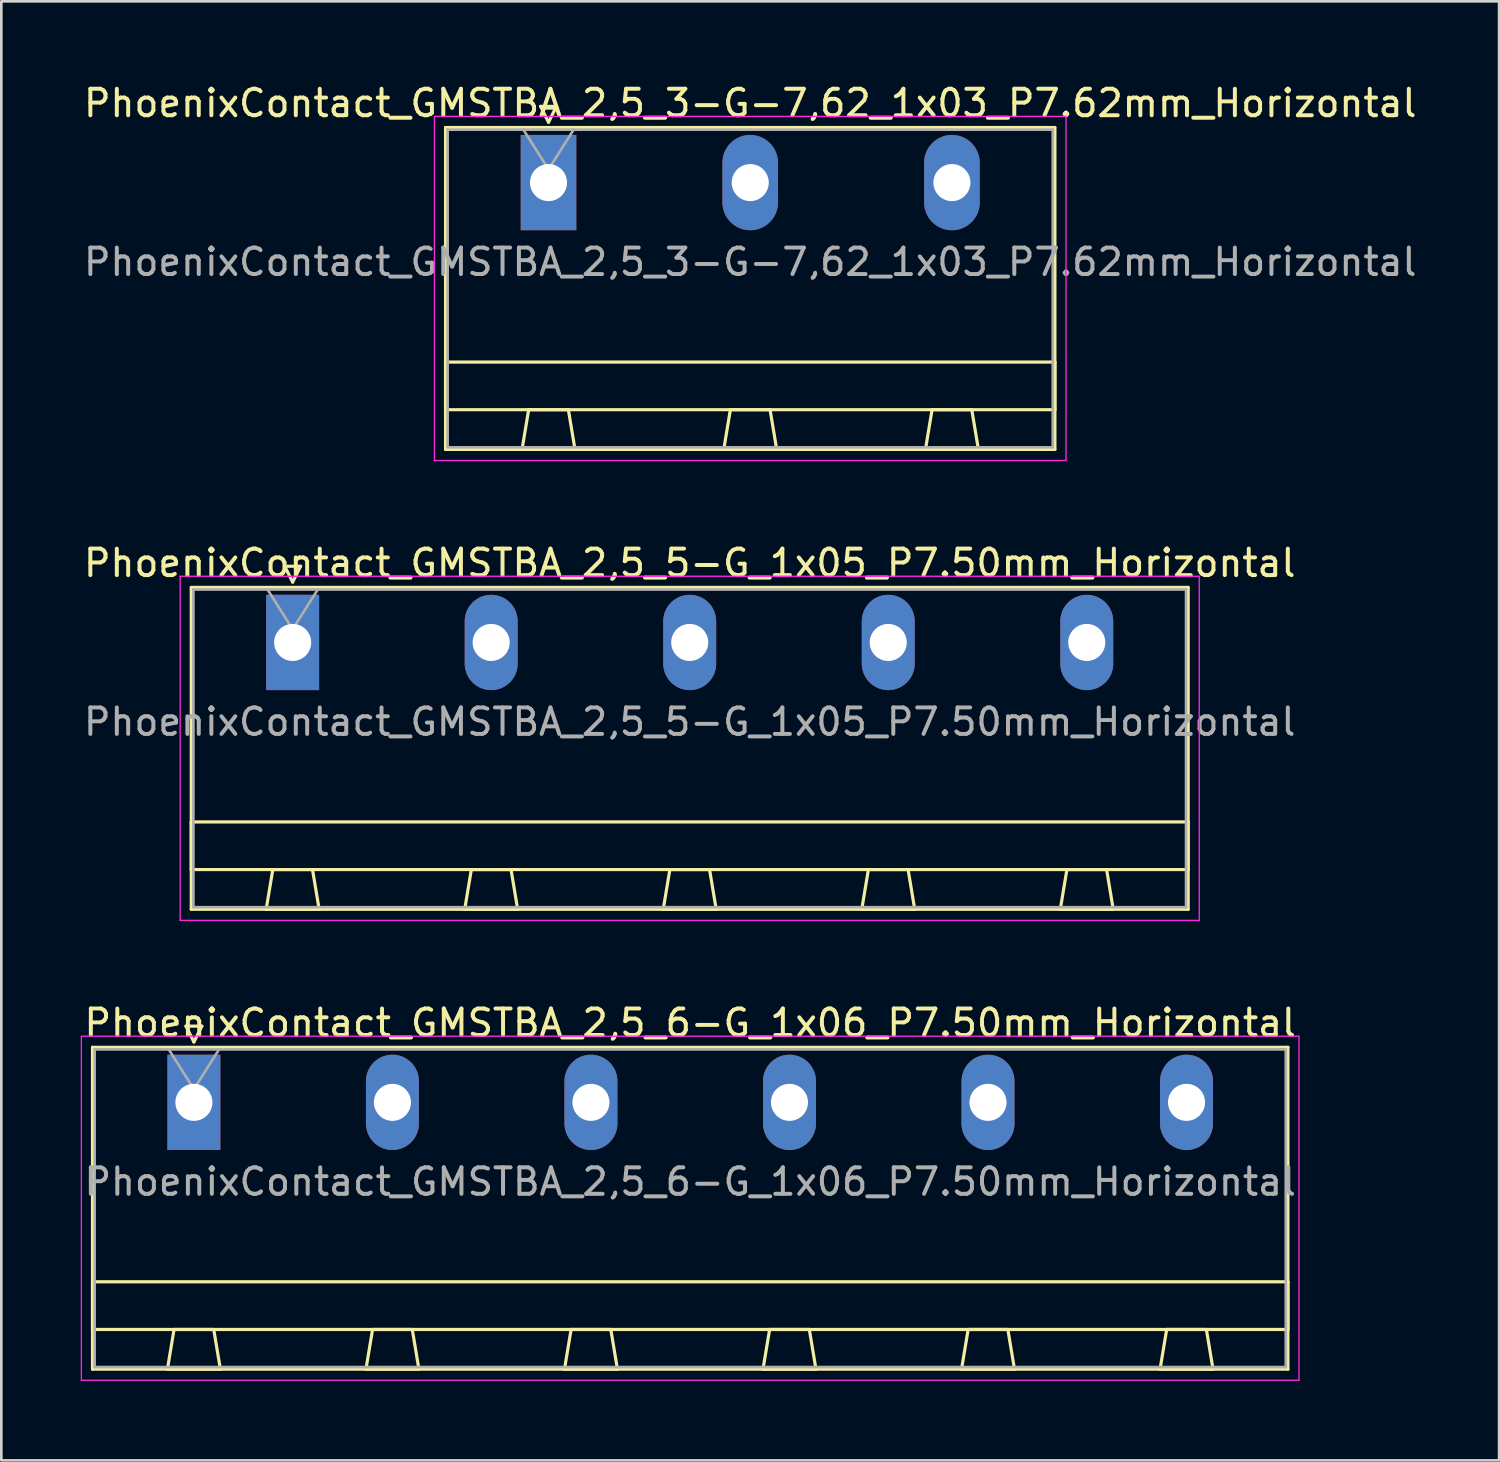
<source format=kicad_pcb>
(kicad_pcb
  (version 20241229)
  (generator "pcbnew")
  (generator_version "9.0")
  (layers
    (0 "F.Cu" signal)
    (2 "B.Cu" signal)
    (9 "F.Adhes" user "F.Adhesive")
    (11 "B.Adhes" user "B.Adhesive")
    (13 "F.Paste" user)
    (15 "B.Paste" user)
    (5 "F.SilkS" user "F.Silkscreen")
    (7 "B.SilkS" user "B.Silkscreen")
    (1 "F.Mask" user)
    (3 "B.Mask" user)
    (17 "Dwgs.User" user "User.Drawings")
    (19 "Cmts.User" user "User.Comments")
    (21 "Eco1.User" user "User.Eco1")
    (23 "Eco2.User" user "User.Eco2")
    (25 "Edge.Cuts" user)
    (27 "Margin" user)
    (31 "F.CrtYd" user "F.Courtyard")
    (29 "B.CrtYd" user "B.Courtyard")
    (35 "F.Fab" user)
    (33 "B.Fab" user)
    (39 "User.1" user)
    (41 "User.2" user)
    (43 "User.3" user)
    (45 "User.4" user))
  (footprint "PhoenixContact_GMSTBA_2,5_6-G_1x06_P7.50mm_Horizontal"
    (layer "F.Cu")
    (at 4.275 38.595)
    (property "Reference" "PhoenixContact_GMSTBA_2,5_6-G_1x06_P7.50mm_Horizontal" (at 18.75 -3 0) (layer "F.SilkS") (effects (font (size 1 1) (thickness 0.15))))
    (attr through_hole)
    (fp_line (start -3.83 -2.08) (end -3.83 10.08) (stroke (width 0.12) (type solid)) (layer "F.SilkS"))
    (fp_line (start -3.83 6.78) (end 41.33 6.78) (stroke (width 0.12) (type solid)) (layer "F.SilkS"))
    (fp_line (start -3.83 8.58) (end -3.83 6.78) (stroke (width 0.12) (type solid)) (layer "F.SilkS"))
    (fp_line (start -3.83 10.08) (end 41.33 10.08) (stroke (width 0.12) (type solid)) (layer "F.SilkS"))
    (fp_line (start -1 10.08) (end 1 10.08) (stroke (width 0.12) (type solid)) (layer "F.SilkS"))
    (fp_line (start -0.75 8.58) (end -1 10.08) (stroke (width 0.12) (type solid)) (layer "F.SilkS"))
    (fp_line (start -0.3 -2.88) (end 0.3 -2.88) (stroke (width 0.12) (type solid)) (layer "F.SilkS"))
    (fp_line (start 0 -2.28) (end -0.3 -2.88) (stroke (width 0.12) (type solid)) (layer "F.SilkS"))
    (fp_line (start 0.3 -2.88) (end 0 -2.28) (stroke (width 0.12) (type solid)) (layer "F.SilkS"))
    (fp_line (start 0.75 8.58) (end -0.75 8.58) (stroke (width 0.12) (type solid)) (layer "F.SilkS"))
    (fp_line (start 1 10.08) (end 0.75 8.58) (stroke (width 0.12) (type solid)) (layer "F.SilkS"))
    (fp_line (start 6.5 10.08) (end 8.5 10.08) (stroke (width 0.12) (type solid)) (layer "F.SilkS"))
    (fp_line (start 6.75 8.58) (end 6.5 10.08) (stroke (width 0.12) (type solid)) (layer "F.SilkS"))
    (fp_line (start 8.25 8.58) (end 6.75 8.58) (stroke (width 0.12) (type solid)) (layer "F.SilkS"))
    (fp_line (start 8.5 10.08) (end 8.25 8.58) (stroke (width 0.12) (type solid)) (layer "F.SilkS"))
    (fp_line (start 14 10.08) (end 16 10.08) (stroke (width 0.12) (type solid)) (layer "F.SilkS"))
    (fp_line (start 14.25 8.58) (end 14 10.08) (stroke (width 0.12) (type solid)) (layer "F.SilkS"))
    (fp_line (start 15.75 8.58) (end 14.25 8.58) (stroke (width 0.12) (type solid)) (layer "F.SilkS"))
    (fp_line (start 16 10.08) (end 15.75 8.58) (stroke (width 0.12) (type solid)) (layer "F.SilkS"))
    (fp_line (start 21.5 10.08) (end 23.5 10.08) (stroke (width 0.12) (type solid)) (layer "F.SilkS"))
    (fp_line (start 21.75 8.58) (end 21.5 10.08) (stroke (width 0.12) (type solid)) (layer "F.SilkS"))
    (fp_line (start 23.25 8.58) (end 21.75 8.58) (stroke (width 0.12) (type solid)) (layer "F.SilkS"))
    (fp_line (start 23.5 10.08) (end 23.25 8.58) (stroke (width 0.12) (type solid)) (layer "F.SilkS"))
    (fp_line (start 29 10.08) (end 31 10.08) (stroke (width 0.12) (type solid)) (layer "F.SilkS"))
    (fp_line (start 29.25 8.58) (end 29 10.08) (stroke (width 0.12) (type solid)) (layer "F.SilkS"))
    (fp_line (start 30.75 8.58) (end 29.25 8.58) (stroke (width 0.12) (type solid)) (layer "F.SilkS"))
    (fp_line (start 31 10.08) (end 30.75 8.58) (stroke (width 0.12) (type solid)) (layer "F.SilkS"))
    (fp_line (start 36.5 10.08) (end 38.5 10.08) (stroke (width 0.12) (type solid)) (layer "F.SilkS"))
    (fp_line (start 36.75 8.58) (end 36.5 10.08) (stroke (width 0.12) (type solid)) (layer "F.SilkS"))
    (fp_line (start 38.25 8.58) (end 36.75 8.58) (stroke (width 0.12) (type solid)) (layer "F.SilkS"))
    (fp_line (start 38.5 10.08) (end 38.25 8.58) (stroke (width 0.12) (type solid)) (layer "F.SilkS"))
    (fp_line (start 41.33 -2.08) (end -3.83 -2.08) (stroke (width 0.12) (type solid)) (layer "F.SilkS"))
    (fp_line (start 41.33 6.78) (end 41.33 8.58) (stroke (width 0.12) (type solid)) (layer "F.SilkS"))
    (fp_line (start 41.33 8.58) (end -3.83 8.58) (stroke (width 0.12) (type solid)) (layer "F.SilkS"))
    (fp_line (start 41.33 10.08) (end 41.33 -2.08) (stroke (width 0.12) (type solid)) (layer "F.SilkS"))
    (fp_line (start -4.25 -2.5) (end -4.25 10.5) (stroke (width 0.05) (type solid)) (layer "F.CrtYd"))
    (fp_line (start -4.25 10.5) (end 41.75 10.5) (stroke (width 0.05) (type solid)) (layer "F.CrtYd"))
    (fp_line (start 41.75 -2.5) (end -4.25 -2.5) (stroke (width 0.05) (type solid)) (layer "F.CrtYd"))
    (fp_line (start 41.75 10.5) (end 41.75 -2.5) (stroke (width 0.05) (type solid)) (layer "F.CrtYd"))
    (fp_line (start -3.75 -2) (end -3.75 10) (stroke (width 0.1) (type solid)) (layer "F.Fab"))
    (fp_line (start -3.75 10) (end 41.25 10) (stroke (width 0.1) (type solid)) (layer "F.Fab"))
    (fp_line (start 0 -0.5) (end -0.95 -2) (stroke (width 0.1) (type solid)) (layer "F.Fab"))
    (fp_line (start 0.95 -2) (end 0 -0.5) (stroke (width 0.1) (type solid)) (layer "F.Fab"))
    (fp_line (start 41.25 -2) (end -3.75 -2) (stroke (width 0.1) (type solid)) (layer "F.Fab"))
    (fp_line (start 41.25 10) (end 41.25 -2) (stroke (width 0.1) (type solid)) (layer "F.Fab"))
    (fp_text user "${REFERENCE}" (at 18.75 3 0) (layer "F.Fab") (effects (font (size 1 1) (thickness 0.15))))
    (pad "1" thru_hole rect (at 0 0) (size 2 3.6) (drill 1.4) (layers "*.Cu" "*.Mask"))
    (pad "2" thru_hole oval (at 7.5 0) (size 2 3.6) (drill 1.4) (layers "*.Cu" "*.Mask"))
    (pad "3" thru_hole oval (at 15 0) (size 2 3.6) (drill 1.4) (layers "*.Cu" "*.Mask"))
    (pad "4" thru_hole oval (at 22.5 0) (size 2 3.6) (drill 1.4) (layers "*.Cu" "*.Mask"))
    (pad "5" thru_hole oval (at 30 0) (size 2 3.6) (drill 1.4) (layers "*.Cu" "*.Mask"))
    (pad "6" thru_hole oval (at 37.5 0) (size 2 3.6) (drill 1.4) (layers "*.Cu" "*.Mask")))
  (footprint "PhoenixContact_GMSTBA_2,5_3-G-7,62_1x03_P7.62mm_Horizontal"
    (layer "F.Cu")
    (at 17.672 3.848)
    (property "Reference" "PhoenixContact_GMSTBA_2,5_3-G-7,62_1x03_P7.62mm_Horizontal" (at 7.62 -3 0) (layer "F.SilkS") (effects (font (size 1 1) (thickness 0.15))))
    (attr through_hole)
    (fp_line (start -3.89 -2.08) (end -3.89 10.08) (stroke (width 0.12) (type solid)) (layer "F.SilkS"))
    (fp_line (start -3.89 6.78) (end 19.13 6.78) (stroke (width 0.12) (type solid)) (layer "F.SilkS"))
    (fp_line (start -3.89 8.58) (end -3.89 6.78) (stroke (width 0.12) (type solid)) (layer "F.SilkS"))
    (fp_line (start -3.89 10.08) (end 19.13 10.08) (stroke (width 0.12) (type solid)) (layer "F.SilkS"))
    (fp_line (start -1 10.08) (end 1 10.08) (stroke (width 0.12) (type solid)) (layer "F.SilkS"))
    (fp_line (start -0.75 8.58) (end -1 10.08) (stroke (width 0.12) (type solid)) (layer "F.SilkS"))
    (fp_line (start -0.3 -2.88) (end 0.3 -2.88) (stroke (width 0.12) (type solid)) (layer "F.SilkS"))
    (fp_line (start 0 -2.28) (end -0.3 -2.88) (stroke (width 0.12) (type solid)) (layer "F.SilkS"))
    (fp_line (start 0.3 -2.88) (end 0 -2.28) (stroke (width 0.12) (type solid)) (layer "F.SilkS"))
    (fp_line (start 0.75 8.58) (end -0.75 8.58) (stroke (width 0.12) (type solid)) (layer "F.SilkS"))
    (fp_line (start 1 10.08) (end 0.75 8.58) (stroke (width 0.12) (type solid)) (layer "F.SilkS"))
    (fp_line (start 6.62 10.08) (end 8.62 10.08) (stroke (width 0.12) (type solid)) (layer "F.SilkS"))
    (fp_line (start 6.87 8.58) (end 6.62 10.08) (stroke (width 0.12) (type solid)) (layer "F.SilkS"))
    (fp_line (start 8.37 8.58) (end 6.87 8.58) (stroke (width 0.12) (type solid)) (layer "F.SilkS"))
    (fp_line (start 8.62 10.08) (end 8.37 8.58) (stroke (width 0.12) (type solid)) (layer "F.SilkS"))
    (fp_line (start 14.24 10.08) (end 16.24 10.08) (stroke (width 0.12) (type solid)) (layer "F.SilkS"))
    (fp_line (start 14.49 8.58) (end 14.24 10.08) (stroke (width 0.12) (type solid)) (layer "F.SilkS"))
    (fp_line (start 15.99 8.58) (end 14.49 8.58) (stroke (width 0.12) (type solid)) (layer "F.SilkS"))
    (fp_line (start 16.24 10.08) (end 15.99 8.58) (stroke (width 0.12) (type solid)) (layer "F.SilkS"))
    (fp_line (start 19.13 -2.08) (end -3.89 -2.08) (stroke (width 0.12) (type solid)) (layer "F.SilkS"))
    (fp_line (start 19.13 6.78) (end 19.13 8.58) (stroke (width 0.12) (type solid)) (layer "F.SilkS"))
    (fp_line (start 19.13 8.58) (end -3.89 8.58) (stroke (width 0.12) (type solid)) (layer "F.SilkS"))
    (fp_line (start 19.13 10.08) (end 19.13 -2.08) (stroke (width 0.12) (type solid)) (layer "F.SilkS"))
    (fp_line (start -4.31 -2.5) (end -4.31 10.5) (stroke (width 0.05) (type solid)) (layer "F.CrtYd"))
    (fp_line (start -4.31 10.5) (end 19.55 10.5) (stroke (width 0.05) (type solid)) (layer "F.CrtYd"))
    (fp_line (start 19.55 -2.5) (end -4.31 -2.5) (stroke (width 0.05) (type solid)) (layer "F.CrtYd"))
    (fp_line (start 19.55 10.5) (end 19.55 -2.5) (stroke (width 0.05) (type solid)) (layer "F.CrtYd"))
    (fp_line (start -3.81 -2) (end -3.81 10) (stroke (width 0.1) (type solid)) (layer "F.Fab"))
    (fp_line (start -3.81 10) (end 19.05 10) (stroke (width 0.1) (type solid)) (layer "F.Fab"))
    (fp_line (start 0 -0.5) (end -0.95 -2) (stroke (width 0.1) (type solid)) (layer "F.Fab"))
    (fp_line (start 0.95 -2) (end 0 -0.5) (stroke (width 0.1) (type solid)) (layer "F.Fab"))
    (fp_line (start 19.05 -2) (end -3.81 -2) (stroke (width 0.1) (type solid)) (layer "F.Fab"))
    (fp_line (start 19.05 10) (end 19.05 -2) (stroke (width 0.1) (type solid)) (layer "F.Fab"))
    (fp_text user "${REFERENCE}" (at 7.62 3 0) (layer "F.Fab") (effects (font (size 1 1) (thickness 0.15))))
    (pad "1" thru_hole rect (at 0 0) (size 2.1 3.6) (drill 1.4) (layers "*.Cu" "*.Mask"))
    (pad "2" thru_hole oval (at 7.62 0) (size 2.1 3.6) (drill 1.4) (layers "*.Cu" "*.Mask"))
    (pad "3" thru_hole oval (at 15.24 0) (size 2.1 3.6) (drill 1.4) (layers "*.Cu" "*.Mask")))
  (footprint "PhoenixContact_GMSTBA_2,5_5-G_1x05_P7.50mm_Horizontal"
    (layer "F.Cu")
    (at 8.006 21.221)
    (property "Reference" "PhoenixContact_GMSTBA_2,5_5-G_1x05_P7.50mm_Horizontal" (at 15 -3 0) (layer "F.SilkS") (effects (font (size 1 1) (thickness 0.15))))
    (attr through_hole)
    (fp_line (start -3.83 -2.08) (end -3.83 10.08) (stroke (width 0.12) (type solid)) (layer "F.SilkS"))
    (fp_line (start -3.83 6.78) (end 33.83 6.78) (stroke (width 0.12) (type solid)) (layer "F.SilkS"))
    (fp_line (start -3.83 8.58) (end -3.83 6.78) (stroke (width 0.12) (type solid)) (layer "F.SilkS"))
    (fp_line (start -3.83 10.08) (end 33.83 10.08) (stroke (width 0.12) (type solid)) (layer "F.SilkS"))
    (fp_line (start -1 10.08) (end 1 10.08) (stroke (width 0.12) (type solid)) (layer "F.SilkS"))
    (fp_line (start -0.75 8.58) (end -1 10.08) (stroke (width 0.12) (type solid)) (layer "F.SilkS"))
    (fp_line (start -0.3 -2.88) (end 0.3 -2.88) (stroke (width 0.12) (type solid)) (layer "F.SilkS"))
    (fp_line (start 0 -2.28) (end -0.3 -2.88) (stroke (width 0.12) (type solid)) (layer "F.SilkS"))
    (fp_line (start 0.3 -2.88) (end 0 -2.28) (stroke (width 0.12) (type solid)) (layer "F.SilkS"))
    (fp_line (start 0.75 8.58) (end -0.75 8.58) (stroke (width 0.12) (type solid)) (layer "F.SilkS"))
    (fp_line (start 1 10.08) (end 0.75 8.58) (stroke (width 0.12) (type solid)) (layer "F.SilkS"))
    (fp_line (start 6.5 10.08) (end 8.5 10.08) (stroke (width 0.12) (type solid)) (layer "F.SilkS"))
    (fp_line (start 6.75 8.58) (end 6.5 10.08) (stroke (width 0.12) (type solid)) (layer "F.SilkS"))
    (fp_line (start 8.25 8.58) (end 6.75 8.58) (stroke (width 0.12) (type solid)) (layer "F.SilkS"))
    (fp_line (start 8.5 10.08) (end 8.25 8.58) (stroke (width 0.12) (type solid)) (layer "F.SilkS"))
    (fp_line (start 14 10.08) (end 16 10.08) (stroke (width 0.12) (type solid)) (layer "F.SilkS"))
    (fp_line (start 14.25 8.58) (end 14 10.08) (stroke (width 0.12) (type solid)) (layer "F.SilkS"))
    (fp_line (start 15.75 8.58) (end 14.25 8.58) (stroke (width 0.12) (type solid)) (layer "F.SilkS"))
    (fp_line (start 16 10.08) (end 15.75 8.58) (stroke (width 0.12) (type solid)) (layer "F.SilkS"))
    (fp_line (start 21.5 10.08) (end 23.5 10.08) (stroke (width 0.12) (type solid)) (layer "F.SilkS"))
    (fp_line (start 21.75 8.58) (end 21.5 10.08) (stroke (width 0.12) (type solid)) (layer "F.SilkS"))
    (fp_line (start 23.25 8.58) (end 21.75 8.58) (stroke (width 0.12) (type solid)) (layer "F.SilkS"))
    (fp_line (start 23.5 10.08) (end 23.25 8.58) (stroke (width 0.12) (type solid)) (layer "F.SilkS"))
    (fp_line (start 29 10.08) (end 31 10.08) (stroke (width 0.12) (type solid)) (layer "F.SilkS"))
    (fp_line (start 29.25 8.58) (end 29 10.08) (stroke (width 0.12) (type solid)) (layer "F.SilkS"))
    (fp_line (start 30.75 8.58) (end 29.25 8.58) (stroke (width 0.12) (type solid)) (layer "F.SilkS"))
    (fp_line (start 31 10.08) (end 30.75 8.58) (stroke (width 0.12) (type solid)) (layer "F.SilkS"))
    (fp_line (start 33.83 -2.08) (end -3.83 -2.08) (stroke (width 0.12) (type solid)) (layer "F.SilkS"))
    (fp_line (start 33.83 6.78) (end 33.83 8.58) (stroke (width 0.12) (type solid)) (layer "F.SilkS"))
    (fp_line (start 33.83 8.58) (end -3.83 8.58) (stroke (width 0.12) (type solid)) (layer "F.SilkS"))
    (fp_line (start 33.83 10.08) (end 33.83 -2.08) (stroke (width 0.12) (type solid)) (layer "F.SilkS"))
    (fp_line (start -4.25 -2.5) (end -4.25 10.5) (stroke (width 0.05) (type solid)) (layer "F.CrtYd"))
    (fp_line (start -4.25 10.5) (end 34.25 10.5) (stroke (width 0.05) (type solid)) (layer "F.CrtYd"))
    (fp_line (start 34.25 -2.5) (end -4.25 -2.5) (stroke (width 0.05) (type solid)) (layer "F.CrtYd"))
    (fp_line (start 34.25 10.5) (end 34.25 -2.5) (stroke (width 0.05) (type solid)) (layer "F.CrtYd"))
    (fp_line (start -3.75 -2) (end -3.75 10) (stroke (width 0.1) (type solid)) (layer "F.Fab"))
    (fp_line (start -3.75 10) (end 33.75 10) (stroke (width 0.1) (type solid)) (layer "F.Fab"))
    (fp_line (start 0 -0.5) (end -0.95 -2) (stroke (width 0.1) (type solid)) (layer "F.Fab"))
    (fp_line (start 0.95 -2) (end 0 -0.5) (stroke (width 0.1) (type solid)) (layer "F.Fab"))
    (fp_line (start 33.75 -2) (end -3.75 -2) (stroke (width 0.1) (type solid)) (layer "F.Fab"))
    (fp_line (start 33.75 10) (end 33.75 -2) (stroke (width 0.1) (type solid)) (layer "F.Fab"))
    (fp_text user "${REFERENCE}" (at 15 3 0) (layer "F.Fab") (effects (font (size 1 1) (thickness 0.15))))
    (pad "1" thru_hole rect (at 0 0) (size 2 3.6) (drill 1.4) (layers "*.Cu" "*.Mask"))
    (pad "2" thru_hole oval (at 7.5 0) (size 2 3.6) (drill 1.4) (layers "*.Cu" "*.Mask"))
    (pad "3" thru_hole oval (at 15 0) (size 2 3.6) (drill 1.4) (layers "*.Cu" "*.Mask"))
    (pad "4" thru_hole oval (at 22.5 0) (size 2 3.6) (drill 1.4) (layers "*.Cu" "*.Mask"))
    (pad "5" thru_hole oval (at 30 0) (size 2 3.6) (drill 1.4) (layers "*.Cu" "*.Mask")))
  (gr_rect
    (start -3 -3)
    (end 53.583 52.12)
    (stroke (width 0.1) (type default))
    (fill no)
    (layer "Edge.Cuts")))
</source>
